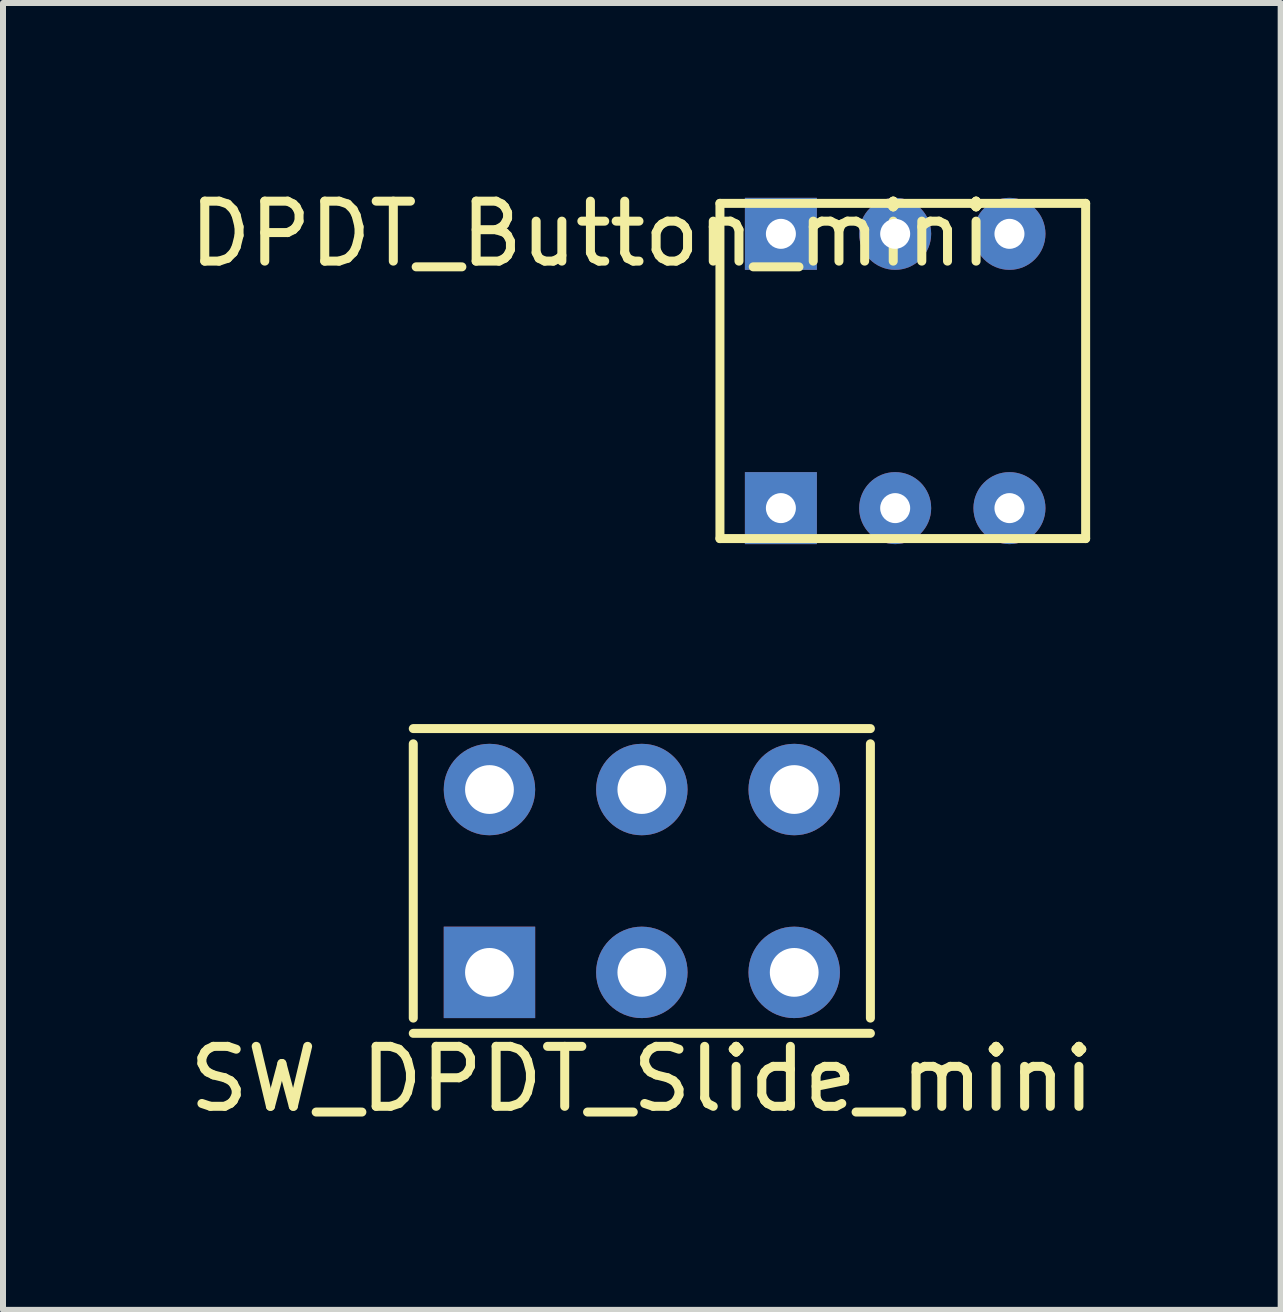
<source format=kicad_pcb>
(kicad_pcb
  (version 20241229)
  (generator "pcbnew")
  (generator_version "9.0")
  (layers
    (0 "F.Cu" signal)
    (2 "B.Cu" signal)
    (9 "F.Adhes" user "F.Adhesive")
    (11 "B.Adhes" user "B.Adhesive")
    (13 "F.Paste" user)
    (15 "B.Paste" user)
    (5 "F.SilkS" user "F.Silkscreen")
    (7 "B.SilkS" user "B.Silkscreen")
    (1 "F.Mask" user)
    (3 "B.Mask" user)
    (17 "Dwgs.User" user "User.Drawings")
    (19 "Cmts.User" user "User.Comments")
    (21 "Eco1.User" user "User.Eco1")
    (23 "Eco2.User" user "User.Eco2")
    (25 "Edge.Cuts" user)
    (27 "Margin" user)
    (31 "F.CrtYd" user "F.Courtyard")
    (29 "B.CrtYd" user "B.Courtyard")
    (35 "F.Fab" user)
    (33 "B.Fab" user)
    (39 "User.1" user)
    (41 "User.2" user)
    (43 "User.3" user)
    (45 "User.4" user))
  (footprint "SW_DPDT_Slide_mini"
    (layer "F.Cu")
    (at 7.649 11.635)
    (property "Reference" "SW_DPDT_Slide_mini" (at 0 3.302 0) (layer "F.SilkS") (effects (font (size 1 1) (thickness 0.15))))
    (attr through_hole)
    (fp_line (start -3.81 -2.54) (end 3.81 -2.54) (stroke (width 0.15) (type solid)) (layer "F.SilkS"))
    (fp_line (start -3.81 -2.286) (end -3.81 2.286) (stroke (width 0.15) (type solid)) (layer "F.SilkS"))
    (fp_line (start 3.81 -2.286) (end 3.81 2.286) (stroke (width 0.15) (type solid)) (layer "F.SilkS"))
    (fp_line (start 3.81 2.54) (end -3.81 2.54) (stroke (width 0.15) (type solid)) (layer "F.SilkS"))
    (pad "1" thru_hole rect (at -2.54 1.524) (size 1.524 1.524) (drill 0.813) (layers "*.Cu" "*.Mask"))
    (pad "2" thru_hole circle (at 0 1.524) (size 1.524 1.524) (drill 0.813) (layers "*.Cu" "*.Mask"))
    (pad "3" thru_hole circle (at 2.54 1.524) (size 1.524 1.524) (drill 0.813) (layers "*.Cu" "*.Mask"))
    (pad "4" thru_hole circle (at 2.54 -1.524) (size 1.524 1.524) (drill 0.813) (layers "*.Cu" "*.Mask"))
    (pad "5" thru_hole circle (at 0 -1.524) (size 1.524 1.524) (drill 0.813) (layers "*.Cu" "*.Mask"))
    (pad "6" thru_hole circle (at -2.54 -1.524) (size 1.524 1.524) (drill 0.813) (layers "*.Cu" "*.Mask")))
  (footprint "DPDT_Button_mini"
    (layer "F.Cu")
    (at 9.967 0.848)
    (property "Reference" "DPDT_Button_mini" (at -3.175 0 0) (layer "F.SilkS") (effects (font (size 1 1) (thickness 0.15))))
    (attr through_hole)
    (fp_line (start -1.016 -0.508) (end 5.08 -0.508) (stroke (width 0.15) (type solid)) (layer "F.SilkS"))
    (fp_line (start -1.016 5.08) (end -1.016 -0.508) (stroke (width 0.15) (type solid)) (layer "F.SilkS"))
    (fp_line (start 5.08 -0.508) (end 5.08 5.08) (stroke (width 0.15) (type solid)) (layer "F.SilkS"))
    (fp_line (start 5.08 5.08) (end -1.016 5.08) (stroke (width 0.15) (type solid)) (layer "F.SilkS"))
    (pad "1" thru_hole rect (at 0 0) (size 1.2 1.2) (drill 0.5) (layers "*.Cu" "*.Mask"))
    (pad "2" thru_hole circle (at 1.905 0) (size 1.2 1.2) (drill 0.5) (layers "*.Cu" "*.Mask"))
    (pad "3" thru_hole circle (at 3.81 0) (size 1.2 1.2) (drill 0.5) (layers "*.Cu" "*.Mask"))
    (pad "4" thru_hole rect (at 0 4.572) (size 1.2 1.2) (drill 0.5) (layers "*.Cu" "*.Mask"))
    (pad "5" thru_hole circle (at 1.905 4.572) (size 1.2 1.2) (drill 0.5) (layers "*.Cu" "*.Mask"))
    (pad "6" thru_hole circle (at 3.81 4.572) (size 1.2 1.2) (drill 0.5) (layers "*.Cu" "*.Mask")))
  (gr_rect
    (start -3 -3)
    (end 18.298 18.785)
    (stroke (width 0.1) (type default))
    (fill no)
    (layer "Edge.Cuts")))
</source>
